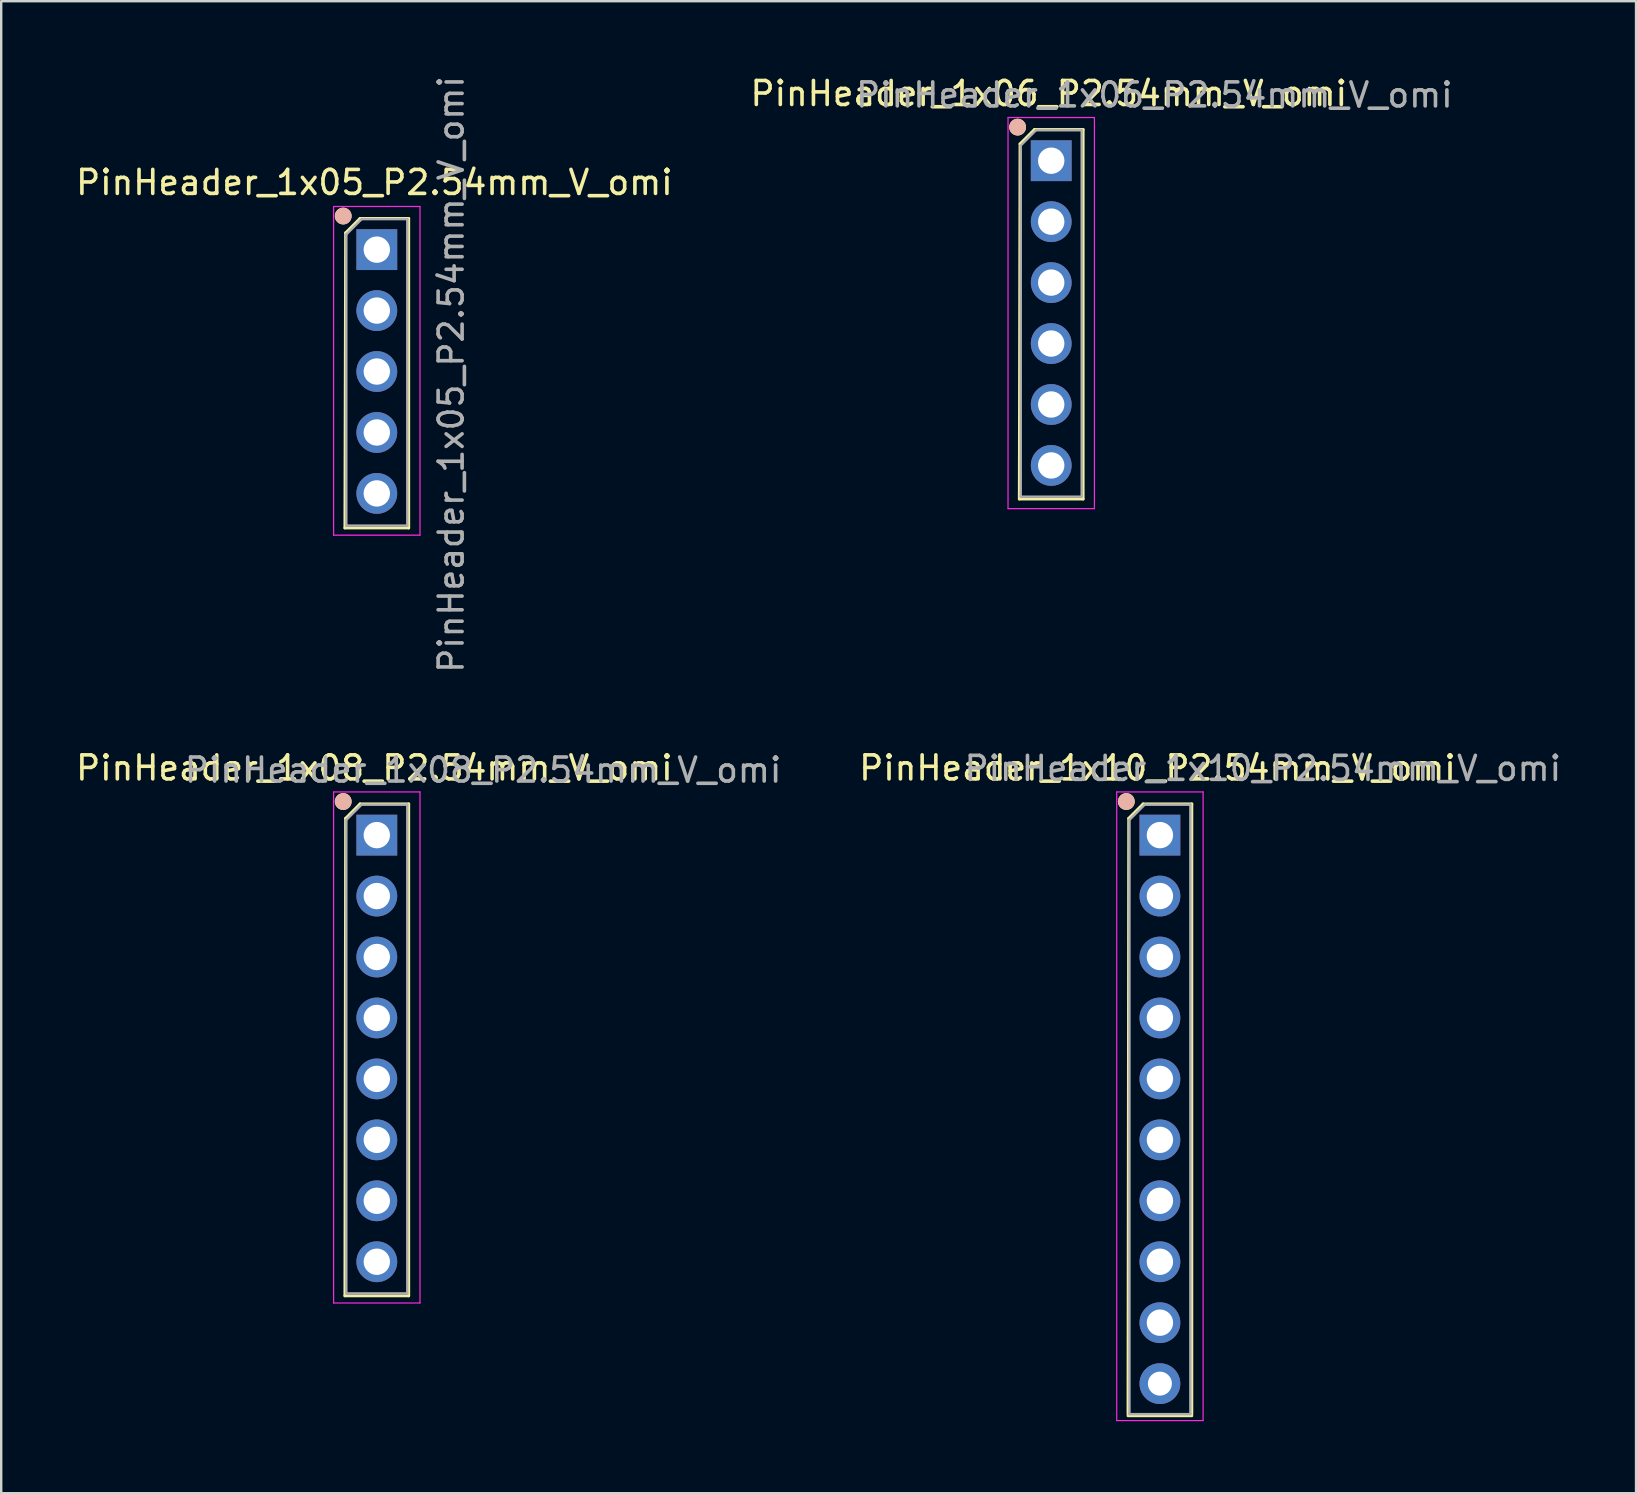
<source format=kicad_pcb>
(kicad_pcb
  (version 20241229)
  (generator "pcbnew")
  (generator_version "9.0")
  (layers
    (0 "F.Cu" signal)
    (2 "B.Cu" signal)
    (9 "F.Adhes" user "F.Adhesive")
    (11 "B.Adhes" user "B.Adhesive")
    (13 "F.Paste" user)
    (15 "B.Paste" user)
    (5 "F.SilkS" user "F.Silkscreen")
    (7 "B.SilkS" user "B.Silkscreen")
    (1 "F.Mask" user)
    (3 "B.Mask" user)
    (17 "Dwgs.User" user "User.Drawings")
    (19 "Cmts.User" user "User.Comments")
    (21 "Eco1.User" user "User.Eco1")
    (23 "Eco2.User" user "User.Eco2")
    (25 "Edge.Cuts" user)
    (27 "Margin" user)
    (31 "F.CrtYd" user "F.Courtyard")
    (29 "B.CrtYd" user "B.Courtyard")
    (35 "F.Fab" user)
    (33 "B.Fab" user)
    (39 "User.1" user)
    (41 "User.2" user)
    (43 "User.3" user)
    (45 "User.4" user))
  (footprint "PinHeader_1x05_P2.54mm_V_omi"
    (layer "F.Cu")
    (at 12.654 7.354)
    (property "Reference" "PinHeader_1x05_P2.54mm_V_omi" (at -0.1 -2.8 180) (layer "F.SilkS") (effects (font (size 1 1) (thickness 0.15))))
    (attr through_hole)
    (fp_line (start -1.33 11.6) (end 1.33 11.6) (stroke (width 0.12) (type solid)) (layer "F.SilkS"))
    (fp_line (start -1.3 -0.7) (end -1.33 11.6) (stroke (width 0.12) (type solid)) (layer "F.SilkS"))
    (fp_line (start -1.3 -0.7) (end -0.7 -1.3) (stroke (width 0.12) (type solid)) (layer "F.SilkS"))
    (fp_line (start -0.7 -1.3) (end 1.33 -1.3) (stroke (width 0.12) (type solid)) (layer "F.SilkS"))
    (fp_line (start 1.33 -1.3) (end 1.33 11.6) (stroke (width 0.12) (type solid)) (layer "F.SilkS"))
    (fp_circle (center -1.4 -1.4) (end -1.1 -1.4) (stroke (width 0.1) (type solid)) (fill yes) (layer "F.SilkS"))
    (fp_circle (center -1.4 -1.4) (end -1.1 -1.4) (stroke (width 0.1) (type solid)) (fill yes) (layer "B.SilkS"))
    (fp_line (start -1.8 -1.8) (end -1.8 11.9) (stroke (width 0.05) (type solid)) (layer "F.CrtYd"))
    (fp_line (start -1.8 11.9) (end 1.8 11.9) (stroke (width 0.05) (type solid)) (layer "F.CrtYd"))
    (fp_line (start 1.8 -1.8) (end -1.8 -1.8) (stroke (width 0.05) (type solid)) (layer "F.CrtYd"))
    (fp_line (start 1.8 11.9) (end 1.8 -1.8) (stroke (width 0.05) (type solid)) (layer "F.CrtYd"))
    (fp_line (start -1.27 -0.635) (end -0.635 -1.27) (stroke (width 0.1) (type solid)) (layer "F.Fab"))
    (fp_line (start -1.27 11.5) (end -1.27 -0.635) (stroke (width 0.1) (type solid)) (layer "F.Fab"))
    (fp_line (start -0.635 -1.27) (end 1.27 -1.27) (stroke (width 0.1) (type solid)) (layer "F.Fab"))
    (fp_line (start 1.27 -1.27) (end 1.27 11.5) (stroke (width 0.1) (type solid)) (layer "F.Fab"))
    (fp_line (start 1.27 11.5) (end -1.27 11.5) (stroke (width 0.1) (type solid)) (layer "F.Fab"))
    (fp_text user "${REFERENCE}" (at 3.1 5.2 90) (layer "F.Fab") (effects (font (size 1 1) (thickness 0.15))))
    (pad "1" thru_hole rect (at 0 0) (size 1.7 1.7) (drill 1.1) (layers "*.Cu" "*.Mask"))
    (pad "2" thru_hole oval (at 0 2.54) (size 1.7 1.7) (drill 1.1) (layers "*.Cu" "*.Mask"))
    (pad "3" thru_hole oval (at 0 5.08) (size 1.7 1.7) (drill 1.1) (layers "*.Cu" "*.Mask"))
    (pad "4" thru_hole oval (at 0 7.62) (size 1.7 1.7) (drill 1.1) (layers "*.Cu" "*.Mask"))
    (pad "5" thru_hole oval (at 0 10.16) (size 1.7 1.7) (drill 1.1) (layers "*.Cu" "*.Mask")))
  (footprint "PinHeader_1x10_P2.54mm_V_omi"
    (layer "F.Cu")
    (at 45.291 31.755)
    (property "Reference" "PinHeader_1x10_P2.54mm_V_omi" (at -0.1 -2.8 180) (layer "F.SilkS") (effects (font (size 1 1) (thickness 0.15))))
    (attr through_hole)
    (fp_line (start -1.33 24.2) (end 1.33 24.2) (stroke (width 0.12) (type solid)) (layer "F.SilkS"))
    (fp_line (start -1.3 -0.7) (end -1.33 24.13) (stroke (width 0.12) (type solid)) (layer "F.SilkS"))
    (fp_line (start -1.3 -0.7) (end -0.7 -1.3) (stroke (width 0.12) (type solid)) (layer "F.SilkS"))
    (fp_line (start -0.7 -1.3) (end 1.33 -1.3) (stroke (width 0.12) (type solid)) (layer "F.SilkS"))
    (fp_line (start 1.33 -1.3) (end 1.33 24.13) (stroke (width 0.12) (type solid)) (layer "F.SilkS"))
    (fp_circle (center -1.4 -1.4) (end -1.1 -1.4) (stroke (width 0.1) (type solid)) (fill yes) (layer "F.SilkS"))
    (fp_circle (center -1.4 -1.4) (end -1.1 -1.4) (stroke (width 0.1) (type solid)) (fill yes) (layer "B.SilkS"))
    (fp_line (start -1.8 -1.8) (end -1.8 24.4) (stroke (width 0.05) (type solid)) (layer "F.CrtYd"))
    (fp_line (start -1.8 24.4) (end 1.8 24.4) (stroke (width 0.05) (type solid)) (layer "F.CrtYd"))
    (fp_line (start 1.8 -1.8) (end -1.8 -1.8) (stroke (width 0.05) (type solid)) (layer "F.CrtYd"))
    (fp_line (start 1.8 24.4) (end 1.8 -1.8) (stroke (width 0.05) (type solid)) (layer "F.CrtYd"))
    (fp_line (start -1.27 -0.635) (end -0.635 -1.27) (stroke (width 0.1) (type solid)) (layer "F.Fab"))
    (fp_line (start -1.27 24.13) (end -1.27 -0.635) (stroke (width 0.1) (type solid)) (layer "F.Fab"))
    (fp_line (start -0.635 -1.27) (end 1.27 -1.27) (stroke (width 0.1) (type solid)) (layer "F.Fab"))
    (fp_line (start 1.27 -1.27) (end 1.27 24.13) (stroke (width 0.1) (type solid)) (layer "F.Fab"))
    (fp_line (start 1.27 24.13) (end -1.27 24.13) (stroke (width 0.1) (type solid)) (layer "F.Fab"))
    (fp_text user "${REFERENCE}" (at 4.29 -2.78 180) (layer "F.Fab") (effects (font (size 1 1) (thickness 0.15))))
    (pad "1" thru_hole rect (at 0 0) (size 1.7 1.7) (drill 1.1) (layers "*.Cu" "*.Mask"))
    (pad "2" thru_hole oval (at 0 2.54) (size 1.7 1.7) (drill 1.1) (layers "*.Cu" "*.Mask"))
    (pad "3" thru_hole oval (at 0 5.08) (size 1.7 1.7) (drill 1.1) (layers "*.Cu" "*.Mask"))
    (pad "4" thru_hole oval (at 0 7.62) (size 1.7 1.7) (drill 1.1) (layers "*.Cu" "*.Mask"))
    (pad "5" thru_hole oval (at 0 10.16) (size 1.7 1.7) (drill 1.1) (layers "*.Cu" "*.Mask"))
    (pad "6" thru_hole oval (at 0 12.7) (size 1.7 1.7) (drill 1.1) (layers "*.Cu" "*.Mask"))
    (pad "7" thru_hole oval (at 0 15.24) (size 1.7 1.7) (drill 1.1) (layers "*.Cu" "*.Mask"))
    (pad "8" thru_hole oval (at 0 17.78) (size 1.7 1.7) (drill 1.1) (layers "*.Cu" "*.Mask"))
    (pad "9" thru_hole oval (at 0 20.32) (size 1.7 1.7) (drill 1.1) (layers "*.Cu" "*.Mask"))
    (pad "10" thru_hole circle (at 0 22.86) (size 1.7 1.7) (drill 1) (layers "*.Cu" "*.Mask")))
  (footprint "PinHeader_1x08_P2.54mm_V_omi"
    (layer "F.Cu")
    (at 12.654 31.755)
    (property "Reference" "PinHeader_1x08_P2.54mm_V_omi" (at -0.1 -2.8 180) (layer "F.SilkS") (effects (font (size 1 1) (thickness 0.15))))
    (attr through_hole)
    (fp_line (start -1.33 19.2) (end 1.33 19.2) (stroke (width 0.12) (type solid)) (layer "F.SilkS"))
    (fp_line (start -1.3 -0.7) (end -1.33 19.2) (stroke (width 0.12) (type solid)) (layer "F.SilkS"))
    (fp_line (start -1.3 -0.7) (end -0.7 -1.3) (stroke (width 0.12) (type solid)) (layer "F.SilkS"))
    (fp_line (start -0.7 -1.3) (end 1.33 -1.3) (stroke (width 0.12) (type solid)) (layer "F.SilkS"))
    (fp_line (start 1.33 -1.3) (end 1.33 19.2) (stroke (width 0.12) (type solid)) (layer "F.SilkS"))
    (fp_circle (center -1.4 -1.4) (end -1.1 -1.4) (stroke (width 0.1) (type solid)) (fill yes) (layer "F.SilkS"))
    (fp_circle (center -1.4 -1.4) (end -1.1 -1.4) (stroke (width 0.1) (type solid)) (fill yes) (layer "B.SilkS"))
    (fp_line (start -1.8 -1.8) (end -1.8 19.5) (stroke (width 0.05) (type solid)) (layer "F.CrtYd"))
    (fp_line (start -1.8 19.5) (end 1.8 19.5) (stroke (width 0.05) (type solid)) (layer "F.CrtYd"))
    (fp_line (start 1.8 -1.8) (end -1.8 -1.8) (stroke (width 0.05) (type solid)) (layer "F.CrtYd"))
    (fp_line (start 1.8 19.5) (end 1.8 -1.8) (stroke (width 0.05) (type solid)) (layer "F.CrtYd"))
    (fp_line (start -1.27 -0.635) (end -0.635 -1.27) (stroke (width 0.1) (type solid)) (layer "F.Fab"))
    (fp_line (start -1.27 19.1) (end -1.27 -0.635) (stroke (width 0.1) (type solid)) (layer "F.Fab"))
    (fp_line (start -0.635 -1.27) (end 1.27 -1.27) (stroke (width 0.1) (type solid)) (layer "F.Fab"))
    (fp_line (start 1.27 -1.27) (end 1.27 19.1) (stroke (width 0.1) (type solid)) (layer "F.Fab"))
    (fp_line (start 1.27 19.1) (end -1.27 19.1) (stroke (width 0.1) (type solid)) (layer "F.Fab"))
    (fp_text user "${REFERENCE}" (at 4.43 -2.71 180) (layer "F.Fab") (effects (font (size 1 1) (thickness 0.15))))
    (pad "1" thru_hole rect (at 0 0) (size 1.7 1.7) (drill 1.1) (layers "*.Cu" "*.Mask"))
    (pad "2" thru_hole oval (at 0 2.54) (size 1.7 1.7) (drill 1.1) (layers "*.Cu" "*.Mask"))
    (pad "3" thru_hole oval (at 0 5.08) (size 1.7 1.7) (drill 1.1) (layers "*.Cu" "*.Mask"))
    (pad "4" thru_hole oval (at 0 7.62) (size 1.7 1.7) (drill 1.1) (layers "*.Cu" "*.Mask"))
    (pad "5" thru_hole oval (at 0 10.16) (size 1.7 1.7) (drill 1.1) (layers "*.Cu" "*.Mask"))
    (pad "6" thru_hole oval (at 0 12.7) (size 1.7 1.7) (drill 1.1) (layers "*.Cu" "*.Mask"))
    (pad "7" thru_hole oval (at 0 15.24) (size 1.7 1.7) (drill 1.1) (layers "*.Cu" "*.Mask"))
    (pad "8" thru_hole oval (at 0 17.78) (size 1.7 1.7) (drill 1.1) (layers "*.Cu" "*.Mask")))
  (footprint "PinHeader_1x06_P2.54mm_V_omi"
    (layer "F.Cu")
    (at 40.761 3.648)
    (property "Reference" "PinHeader_1x06_P2.54mm_V_omi" (at -0.1 -2.8 180) (layer "F.SilkS") (effects (font (size 1 1) (thickness 0.15))))
    (attr through_hole)
    (fp_line (start -1.33 14.1) (end 1.33 14.1) (stroke (width 0.12) (type solid)) (layer "F.SilkS"))
    (fp_line (start -1.3 -0.7) (end -1.33 14.1) (stroke (width 0.12) (type solid)) (layer "F.SilkS"))
    (fp_line (start -1.3 -0.7) (end -0.7 -1.3) (stroke (width 0.12) (type solid)) (layer "F.SilkS"))
    (fp_line (start -0.7 -1.3) (end 1.33 -1.3) (stroke (width 0.12) (type solid)) (layer "F.SilkS"))
    (fp_line (start 1.33 -1.3) (end 1.33 14.1) (stroke (width 0.12) (type solid)) (layer "F.SilkS"))
    (fp_circle (center -1.4 -1.4) (end -1.1 -1.4) (stroke (width 0.1) (type solid)) (fill yes) (layer "F.SilkS"))
    (fp_circle (center -1.4 -1.4) (end -1.1 -1.4) (stroke (width 0.1) (type solid)) (fill yes) (layer "B.SilkS"))
    (fp_line (start -1.8 -1.8) (end -1.8 14.5) (stroke (width 0.05) (type solid)) (layer "F.CrtYd"))
    (fp_line (start -1.8 14.5) (end 1.8 14.5) (stroke (width 0.05) (type solid)) (layer "F.CrtYd"))
    (fp_line (start 1.8 -1.8) (end -1.8 -1.8) (stroke (width 0.05) (type solid)) (layer "F.CrtYd"))
    (fp_line (start 1.8 14.5) (end 1.8 -1.8) (stroke (width 0.05) (type solid)) (layer "F.CrtYd"))
    (fp_line (start -1.27 -0.635) (end -0.635 -1.27) (stroke (width 0.1) (type solid)) (layer "F.Fab"))
    (fp_line (start -1.27 14) (end -1.27 -0.635) (stroke (width 0.1) (type solid)) (layer "F.Fab"))
    (fp_line (start -0.635 -1.27) (end 1.27 -1.27) (stroke (width 0.1) (type solid)) (layer "F.Fab"))
    (fp_line (start 1.27 -1.27) (end 1.27 14) (stroke (width 0.1) (type solid)) (layer "F.Fab"))
    (fp_line (start 1.27 14) (end -1.27 14) (stroke (width 0.1) (type solid)) (layer "F.Fab"))
    (fp_text user "${REFERENCE}" (at 4.3 -2.74 180) (layer "F.Fab") (effects (font (size 1 1) (thickness 0.15))))
    (pad "1" thru_hole rect (at 0 0) (size 1.7 1.7) (drill 1.1) (layers "*.Cu" "*.Mask"))
    (pad "2" thru_hole oval (at 0 2.54) (size 1.7 1.7) (drill 1.1) (layers "*.Cu" "*.Mask"))
    (pad "3" thru_hole oval (at 0 5.08) (size 1.7 1.7) (drill 1.1) (layers "*.Cu" "*.Mask"))
    (pad "4" thru_hole oval (at 0 7.62) (size 1.7 1.7) (drill 1.1) (layers "*.Cu" "*.Mask"))
    (pad "5" thru_hole oval (at 0 10.16) (size 1.7 1.7) (drill 1.1) (layers "*.Cu" "*.Mask"))
    (pad "6" thru_hole oval (at 0 12.7) (size 1.7 1.7) (drill 1.1) (layers "*.Cu" "*.Mask")))
  (gr_rect
    (start -3 -3)
    (end 65.134 59.18)
    (stroke (width 0.1) (type default))
    (fill no)
    (layer "Edge.Cuts")))
</source>
